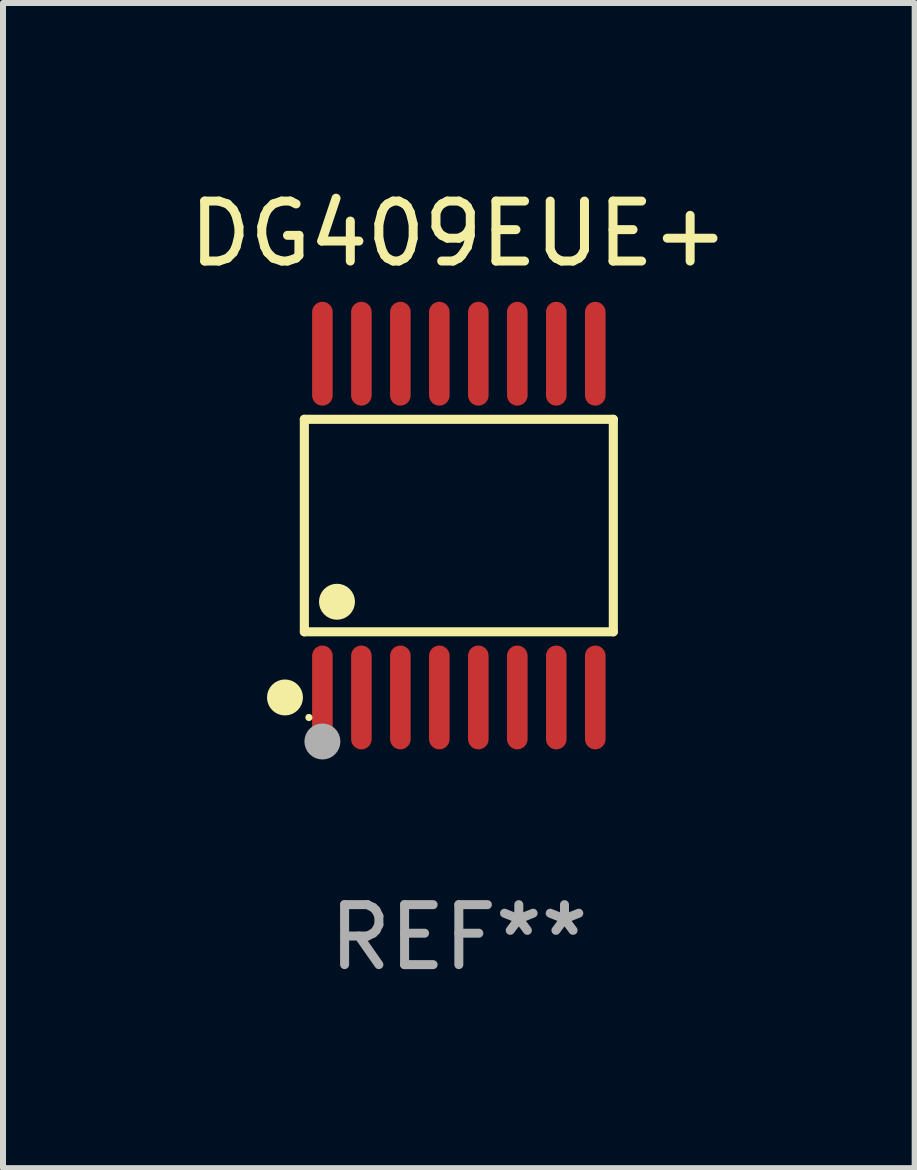
<source format=kicad_pcb>
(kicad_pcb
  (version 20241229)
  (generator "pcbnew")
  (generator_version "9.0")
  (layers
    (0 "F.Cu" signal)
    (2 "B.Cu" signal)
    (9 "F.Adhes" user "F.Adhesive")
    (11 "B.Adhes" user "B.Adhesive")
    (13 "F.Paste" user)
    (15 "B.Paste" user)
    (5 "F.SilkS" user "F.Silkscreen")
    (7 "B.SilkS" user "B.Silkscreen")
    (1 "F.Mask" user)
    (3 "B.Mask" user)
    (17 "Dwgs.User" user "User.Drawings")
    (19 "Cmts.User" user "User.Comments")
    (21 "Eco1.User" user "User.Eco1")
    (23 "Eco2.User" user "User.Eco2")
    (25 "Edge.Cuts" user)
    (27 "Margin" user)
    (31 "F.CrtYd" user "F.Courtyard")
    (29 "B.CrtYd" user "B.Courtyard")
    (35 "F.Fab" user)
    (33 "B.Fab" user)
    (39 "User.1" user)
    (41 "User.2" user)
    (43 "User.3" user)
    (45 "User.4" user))
  (footprint "DG409EUE+"
    (layer "F.Cu")
    (at 4.601 5.714)
    (property "Reference" "DG409EUE+" (at 0 -4.866 0) (layer "F.SilkS") (effects (font (size 1 1) (thickness 0.15))))
    (attr through_hole)
    (fp_line (start -2.576 -1.772) (end 2.576 -1.772) (stroke (width 0.152) (type solid)) (layer "F.SilkS"))
    (fp_line (start -2.576 1.771) (end -2.576 -1.772) (stroke (width 0.152) (type solid)) (layer "F.SilkS"))
    (fp_line (start 2.576 -1.772) (end 2.576 1.771) (stroke (width 0.152) (type solid)) (layer "F.SilkS"))
    (fp_line (start 2.576 1.771) (end -2.576 1.771) (stroke (width 0.152) (type solid)) (layer "F.SilkS"))
    (fp_circle (center -2.899 2.866) (end -2.749 2.866) (stroke (width 0.3) (type solid)) (fill no) (layer "F.SilkS"))
    (fp_circle (center -2.5 3.2) (end -2.47 3.2) (stroke (width 0.06) (type solid)) (fill no) (layer "F.SilkS"))
    (fp_circle (center -2.032 1.27) (end -1.882 1.27) (stroke (width 0.3) (type solid)) (fill no) (layer "F.SilkS"))
    (fp_circle (center -2.275 3.6) (end -2.125 3.6) (stroke (width 0.3) (type solid)) (fill no) (layer "F.Fab"))
    (fp_text user "REF**" (at 0 6.866 0) (layer "F.Fab") (effects (font (size 1 1) (thickness 0.15))))
    (pad "1" smd oval (at -2.275 2.866) (size 0.343 1.731) (layers "F.Cu" "F.Mask" "F.Paste"))
    (pad "2" smd oval (at -1.625 2.866) (size 0.343 1.731) (layers "F.Cu" "F.Mask" "F.Paste"))
    (pad "3" smd oval (at -0.975 2.866) (size 0.343 1.731) (layers "F.Cu" "F.Mask" "F.Paste"))
    (pad "4" smd oval (at -0.325 2.866) (size 0.343 1.731) (layers "F.Cu" "F.Mask" "F.Paste"))
    (pad "5" smd oval (at 0.325 2.866) (size 0.343 1.731) (layers "F.Cu" "F.Mask" "F.Paste"))
    (pad "6" smd oval (at 0.975 2.866) (size 0.343 1.731) (layers "F.Cu" "F.Mask" "F.Paste"))
    (pad "7" smd oval (at 1.625 2.866) (size 0.343 1.731) (layers "F.Cu" "F.Mask" "F.Paste"))
    (pad "8" smd oval (at 2.275 2.866) (size 0.343 1.731) (layers "F.Cu" "F.Mask" "F.Paste"))
    (pad "9" smd oval (at 2.275 -2.866) (size 0.343 1.731) (layers "F.Cu" "F.Mask" "F.Paste"))
    (pad "10" smd oval (at 1.625 -2.866) (size 0.343 1.731) (layers "F.Cu" "F.Mask" "F.Paste"))
    (pad "11" smd oval (at 0.975 -2.866) (size 0.343 1.731) (layers "F.Cu" "F.Mask" "F.Paste"))
    (pad "12" smd oval (at 0.325 -2.866) (size 0.343 1.731) (layers "F.Cu" "F.Mask" "F.Paste"))
    (pad "13" smd oval (at -0.325 -2.866) (size 0.343 1.731) (layers "F.Cu" "F.Mask" "F.Paste"))
    (pad "14" smd oval (at -0.975 -2.866) (size 0.343 1.731) (layers "F.Cu" "F.Mask" "F.Paste"))
    (pad "15" smd oval (at -1.625 -2.866) (size 0.343 1.731) (layers "F.Cu" "F.Mask" "F.Paste"))
    (pad "16" smd oval (at -2.275 -2.866) (size 0.343 1.731) (layers "F.Cu" "F.Mask" "F.Paste")))
  (gr_rect
    (start -3 -3)
    (end 12.202 16.428)
    (stroke (width 0.1) (type default))
    (fill no)
    (layer "Edge.Cuts")))
</source>
